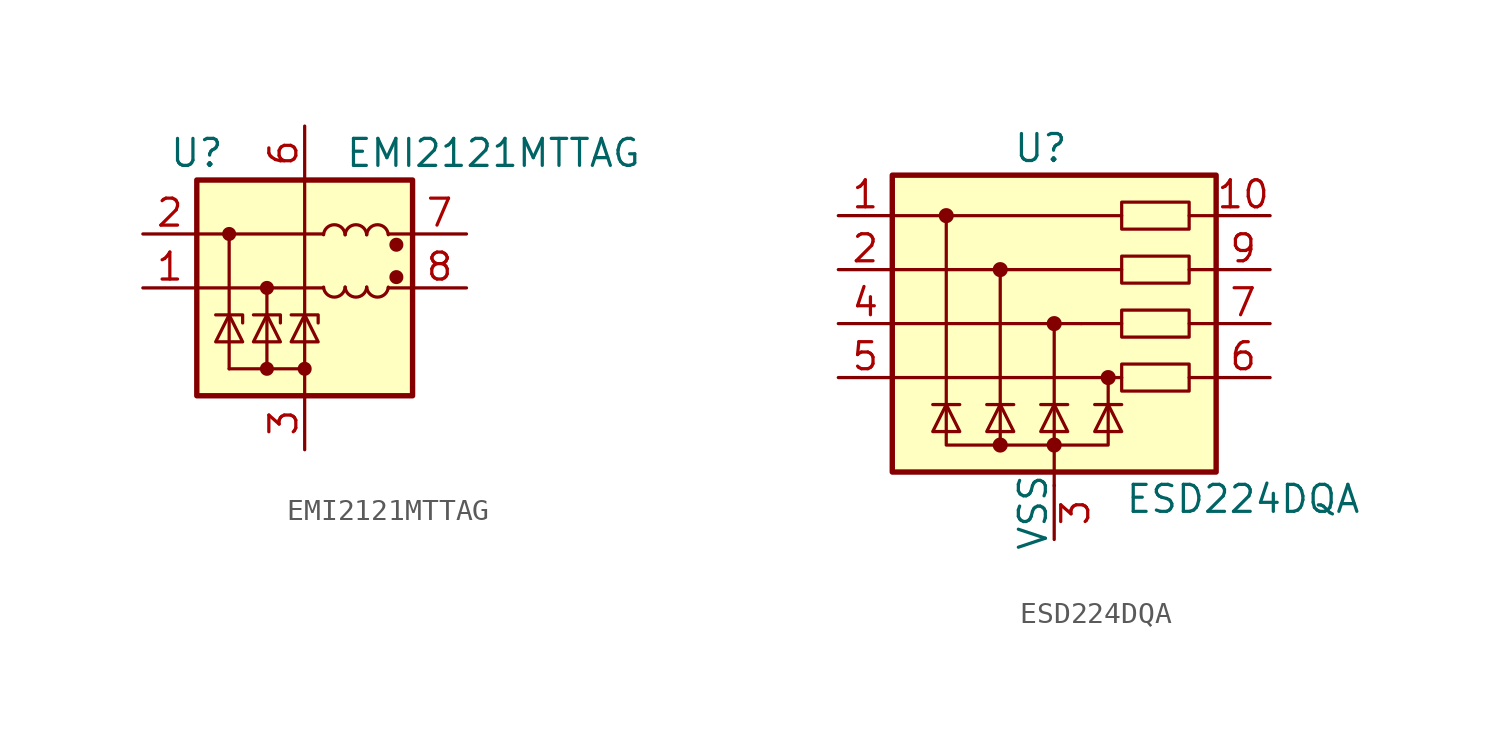
<source format=kicad_sym>
(kicad_symbol_lib
  (version 20211014)
  (generator kicad_symbol_editor)
  (symbol "EMI2121MTTAG"
    (pin_names
      (offset 0.025) hide)
    (property "Reference" "U"
      (at -5.08 6.35 0)
      (effects (font (size 1.27 1.27))))
    (property "Value" "EMI2121MTTAG"
      (at 8.89 6.35 0)
      (effects (font (size 1.27 1.27))))
    (symbol "EMI2121MTTAG_0_1"
      (rectangle (start -5.08 5.08) (end 5.08 -5.08) (stroke (width 0.254) (type default) (color 0 0 0 0)) (fill (type background)))
      (polyline (pts (xy -5.08 0) (xy 0.889 0)) (stroke (width 0) (type default) (color 0 0 0 0)) (fill (type none)))
      (polyline (pts (xy -5.08 2.54) (xy 0.889 2.54)) (stroke (width 0) (type default) (color 0 0 0 0)) (fill (type none)))
      (polyline (pts (xy -3.556 2.54) (xy -3.556 -3.81)) (stroke (width 0) (type default) (color 0 0 0 0)) (fill (type none)))
      (polyline (pts (xy -1.778 0) (xy -1.778 -3.81)) (stroke (width 0) (type default) (color 0 0 0 0)) (fill (type none)))
      (polyline (pts (xy 0 5.08) (xy 0 -5.08)) (stroke (width 0) (type default) (color 0 0 0 0)) (fill (type none)))
      (polyline (pts (xy 5.08 0) (xy 3.937 0)) (stroke (width 0) (type default) (color 0 0 0 0)) (fill (type none)))
      (polyline (pts (xy 5.08 2.54) (xy 3.937 2.54)) (stroke (width 0) (type default) (color 0 0 0 0)) (fill (type none)))
      (arc (start 0.889 0.0377) (mid 1.397 -0.5094) (end 1.905 0.0377) (stroke (width 0) (type default) (color 0 0 0 0)) (fill (type none)))
      (arc (start 1.905 0.0377) (mid 2.413 -0.5094) (end 2.921 0.0377) (stroke (width 0) (type default) (color 0 0 0 0)) (fill (type none)))
      (arc (start 1.905 2.5023) (mid 1.397 3.0494) (end 0.889 2.5023) (stroke (width 0) (type default) (color 0 0 0 0)) (fill (type none)))
      (arc (start 2.921 0.0377) (mid 3.429 -0.5094) (end 3.937 0.0377) (stroke (width 0) (type default) (color 0 0 0 0)) (fill (type none)))
      (arc (start 2.921 2.5023) (mid 2.413 3.0494) (end 1.905 2.5023) (stroke (width 0) (type default) (color 0 0 0 0)) (fill (type none)))
      (arc (start 3.937 2.5023) (mid 3.429 3.0494) (end 2.921 2.5023) (stroke (width 0) (type default) (color 0 0 0 0)) (fill (type none))))
    (symbol "EMI2121MTTAG_1_1"
      (circle (center -3.556 2.54) (radius 0.254) (stroke (width 0) (type default) (color 0 0 0 0)) (fill (type outline)))
      (circle (center -1.778 -3.81) (radius 0.254) (stroke (width 0) (type default) (color 0 0 0 0)) (fill (type outline)))
      (circle (center -1.778 0) (radius 0.254) (stroke (width 0) (type default) (color 0 0 0 0)) (fill (type outline)))
      (circle (center 0 -3.81) (radius 0.254) (stroke (width 0) (type default) (color 0 0 0 0)) (fill (type outline)))
      (polyline (pts (xy 0 -3.81) (xy -3.556 -3.81)) (stroke (width 0) (type default) (color 0 0 0 0)) (fill (type none)))
      (polyline (pts (xy -2.921 -1.651) (xy -2.921 -1.27) (xy -4.191 -1.27)) (stroke (width 0) (type default) (color 0 0 0 0)) (fill (type none)))
      (polyline (pts (xy -1.143 -1.651) (xy -1.143 -1.27) (xy -2.413 -1.27)) (stroke (width 0) (type default) (color 0 0 0 0)) (fill (type none)))
      (polyline (pts (xy 0.635 -1.651) (xy 0.635 -1.27) (xy -0.635 -1.27)) (stroke (width 0) (type default) (color 0 0 0 0)) (fill (type none)))
      (polyline (pts (xy -4.191 -2.54) (xy -2.921 -2.54) (xy -3.556 -1.27) (xy -4.191 -2.54)) (stroke (width 0) (type default) (color 0 0 0 0)) (fill (type none)))
      (polyline (pts (xy -2.413 -2.54) (xy -1.143 -2.54) (xy -1.778 -1.27) (xy -2.413 -2.54)) (stroke (width 0) (type default) (color 0 0 0 0)) (fill (type none)))
      (polyline (pts (xy -0.635 -2.54) (xy 0.635 -2.54) (xy 0 -1.27) (xy -0.635 -2.54)) (stroke (width 0) (type default) (color 0 0 0 0)) (fill (type none)))
      (circle (center 4.318 0.508) (radius 0.254) (stroke (width 0) (type default) (color 0 0 0 0)) (fill (type outline)))
      (circle (center 4.318 2.032) (radius 0.254) (stroke (width 0) (type default) (color 0 0 0 0)) (fill (type outline)))
      (pin passive line (at -7.62 0 0) (length 2.54) (name "In_1+" (effects (font (size 1.27 1.27)))) (number "1" (effects (font (size 1.27 1.27)))))
      (pin passive line (at -7.62 2.54 0) (length 2.54) (name "In_1-" (effects (font (size 1.27 1.27)))) (number "2" (effects (font (size 1.27 1.27)))))
      (pin power_in line (at 0 -7.62 90) (length 2.54) (name "GND" (effects (font (size 1.27 1.27)))) (number "3" (effects (font (size 1.27 1.27)))))
      (pin passive line (at 0 -7.62 90) (length 2.54) hide (name "GND" (effects (font (size 1.27 1.27)))) (number "4" (effects (font (size 1.27 1.27)))))
      (pin passive line (at 0 -7.62 90) (length 2.54) hide (name "GND" (effects (font (size 1.27 1.27)))) (number "5" (effects (font (size 1.27 1.27)))))
      (pin power_in line (at 0 7.62 270) (length 2.54) (name "VDD" (effects (font (size 1.27 1.27)))) (number "6" (effects (font (size 1.27 1.27)))))
      (pin passive line (at 7.62 2.54 180) (length 2.54) (name "Out_1-" (effects (font (size 1.27 1.27)))) (number "7" (effects (font (size 1.27 1.27)))))
      (pin passive line (at 7.62 0 180) (length 2.54) (name "Out_1+" (effects (font (size 1.27 1.27)))) (number "8" (effects (font (size 1.27 1.27)))))
      (pin passive line (at 0 -7.62 90) (length 2.54) hide (name "GND" (effects (font (size 1.27 1.27)))) (number "9" (effects (font (size 1.27 1.27)))))))
  (symbol "ESD224DQA"
    (pin_names
      (offset 0))
    (property "Reference" "U"
      (at -0.635 8.255 0)
      (effects (font (size 1.27 1.27))))
    (property "Value" "ESD224DQA"
      (at 8.89 -8.255 0)
      (effects (font (size 1.27 1.27))))
    (symbol "ESD224DQA_0_0"
      (polyline (pts (xy -2.54 -5.715) (xy -2.54 2.54)) (stroke (width 0) (type default) (color 0 0 0 0)) (fill (type none)))
      (polyline (pts (xy 0 0) (xy 0 -6.985)) (stroke (width 0) (type default) (color 0 0 0 0)) (fill (type none))))
    (symbol "ESD224DQA_0_1"
      (rectangle (start -7.62 6.985) (end 7.62 -6.985) (stroke (width 0.254) (type default) (color 0 0 0 0)) (fill (type background)))
      (circle (center -5.08 5.08) (radius 0.279) (stroke (width 0) (type default) (color 0 0 0 0)) (fill (type outline)))
      (circle (center -2.54 -5.715) (radius 0.279) (stroke (width 0) (type default) (color 0 0 0 0)) (fill (type outline)))
      (circle (center -2.54 2.54) (radius 0.279) (stroke (width 0) (type default) (color 0 0 0 0)) (fill (type outline)))
      (circle (center 0 -5.715) (radius 0.279) (stroke (width 0) (type default) (color 0 0 0 0)) (fill (type outline)))
      (polyline (pts (xy -7.62 -2.54) (xy 3.175 -2.54)) (stroke (width 0) (type default) (color 0 0 0 0)) (fill (type none)))
      (polyline (pts (xy -7.62 0) (xy 1.27 0)) (stroke (width 0) (type default) (color 0 0 0 0)) (fill (type none)))
      (polyline (pts (xy -7.62 2.54) (xy -5.08 2.54)) (stroke (width 0) (type default) (color 0 0 0 0)) (fill (type none)))
      (polyline (pts (xy -7.62 5.08) (xy -7.62 5.08)) (stroke (width 0) (type default) (color 0 0 0 0)) (fill (type none)))
      (polyline (pts (xy -4.445 -3.81) (xy -5.715 -3.81)) (stroke (width 0) (type default) (color 0 0 0 0)) (fill (type none)))
      (polyline (pts (xy -1.905 -3.81) (xy -3.175 -3.81)) (stroke (width 0) (type default) (color 0 0 0 0)) (fill (type none)))
      (polyline (pts (xy 0 -6.985) (xy 0 -7.62)) (stroke (width 0) (type default) (color 0 0 0 0)) (fill (type none)))
      (polyline (pts (xy 0.635 -3.81) (xy -0.635 -3.81)) (stroke (width 0) (type default) (color 0 0 0 0)) (fill (type none)))
      (polyline (pts (xy 3.175 -3.81) (xy 1.905 -3.81)) (stroke (width 0) (type default) (color 0 0 0 0)) (fill (type none)))
      (polyline (pts (xy 3.175 0) (xy 1.27 0)) (stroke (width 0.152) (type default) (color 0 0 0 0)) (fill (type none)))
      (polyline (pts (xy 3.175 5.08) (xy -7.62 5.08)) (stroke (width 0.152) (type default) (color 0 0 0 0)) (fill (type none)))
      (polyline (pts (xy 7.62 -2.54) (xy 6.35 -2.54)) (stroke (width 0.152) (type default) (color 0 0 0 0)) (fill (type none)))
      (polyline (pts (xy 7.62 0) (xy 6.35 0)) (stroke (width 0.152) (type default) (color 0 0 0 0)) (fill (type none)))
      (polyline (pts (xy 7.62 2.54) (xy 6.35 2.54)) (stroke (width 0.152) (type default) (color 0 0 0 0)) (fill (type none)))
      (polyline (pts (xy 7.62 5.08) (xy 6.35 5.08)) (stroke (width 0.152) (type default) (color 0 0 0 0)) (fill (type none)))
      (polyline (pts (xy -5.08 5.08) (xy -5.08 -5.715) (xy 2.54 -5.715) (xy 2.54 -2.54)) (stroke (width 0.152) (type default) (color 0 0 0 0)) (fill (type none)))
      (polyline (pts (xy -4.445 -5.08) (xy -5.715 -5.08) (xy -5.08 -3.81) (xy -4.445 -5.08)) (stroke (width 0) (type default) (color 0 0 0 0)) (fill (type none)))
      (polyline (pts (xy -1.905 -5.08) (xy -3.175 -5.08) (xy -2.54 -3.81) (xy -1.905 -5.08)) (stroke (width 0) (type default) (color 0 0 0 0)) (fill (type none)))
      (polyline (pts (xy 0.635 -5.08) (xy -0.635 -5.08) (xy 0 -3.81) (xy 0.635 -5.08)) (stroke (width 0) (type default) (color 0 0 0 0)) (fill (type none)))
      (polyline (pts (xy 3.175 -5.08) (xy 1.905 -5.08) (xy 2.54 -3.81) (xy 3.175 -5.08)) (stroke (width 0) (type default) (color 0 0 0 0)) (fill (type none)))
      (polyline (pts (xy 3.175 2.54) (xy 0 2.54) (xy 0 2.54) (xy -3.81 2.54) (xy -3.81 2.54) (xy -5.08 2.54)) (stroke (width 0.152) (type default) (color 0 0 0 0)) (fill (type none)))
      (circle (center 0 0) (radius 0.279) (stroke (width 0) (type default) (color 0 0 0 0)) (fill (type outline)))
      (circle (center 2.54 -2.54) (radius 0.279) (stroke (width 0) (type default) (color 0 0 0 0)) (fill (type outline)))
      (rectangle (start 3.175 -1.905) (end 6.35 -3.175) (stroke (width 0.152) (type default) (color 0 0 0 0)) (fill (type none)))
      (rectangle (start 3.175 0.635) (end 6.35 -0.635) (stroke (width 0.152) (type default) (color 0 0 0 0)) (fill (type none)))
      (rectangle (start 3.175 3.175) (end 6.35 1.905) (stroke (width 0.152) (type default) (color 0 0 0 0)) (fill (type none)))
      (rectangle (start 3.175 5.715) (end 6.35 4.445) (stroke (width 0.152) (type default) (color 0 0 0 0)) (fill (type none))))
    (symbol "ESD224DQA_1_1"
      (pin passive line (at -10.16 5.08 0) (length 2.54) (name "~" (effects (font (size 1.27 1.27)))) (number "1" (effects (font (size 1.27 1.27)))))
      (pin passive line (at 10.16 5.08 180) (length 2.54) (name "~" (effects (font (size 1.27 1.27)))) (number "10" (effects (font (size 1.27 1.27)))))
      (pin passive line (at -10.16 2.54 0) (length 2.54) (name "~" (effects (font (size 1.27 1.27)))) (number "2" (effects (font (size 1.27 1.27)))))
      (pin power_in line (at 0 -10.16 90) (length 2.54) (name "VSS" (effects (font (size 1.27 1.27)))) (number "3" (effects (font (size 1.27 1.27)))))
      (pin passive line (at -10.16 0 0) (length 2.54) (name "~" (effects (font (size 1.27 1.27)))) (number "4" (effects (font (size 1.27 1.27)))))
      (pin passive line (at -10.16 -2.54 0) (length 2.54) (name "~" (effects (font (size 1.27 1.27)))) (number "5" (effects (font (size 1.27 1.27)))))
      (pin passive line (at 10.16 -2.54 180) (length 2.54) (name "~" (effects (font (size 1.27 1.27)))) (number "6" (effects (font (size 1.27 1.27)))))
      (pin passive line (at 10.16 0 180) (length 2.54) (name "~" (effects (font (size 1.27 1.27)))) (number "7" (effects (font (size 1.27 1.27)))))
      (pin passive line (at 0 -10.16 90) (length 2.54) hide (name "VSS" (effects (font (size 1.27 1.27)))) (number "8" (effects (font (size 1.27 1.27)))))
      (pin passive line (at 10.16 2.54 180) (length 2.54) (name "~" (effects (font (size 1.27 1.27)))) (number "9" (effects (font (size 1.27 1.27))))))))
</source>
